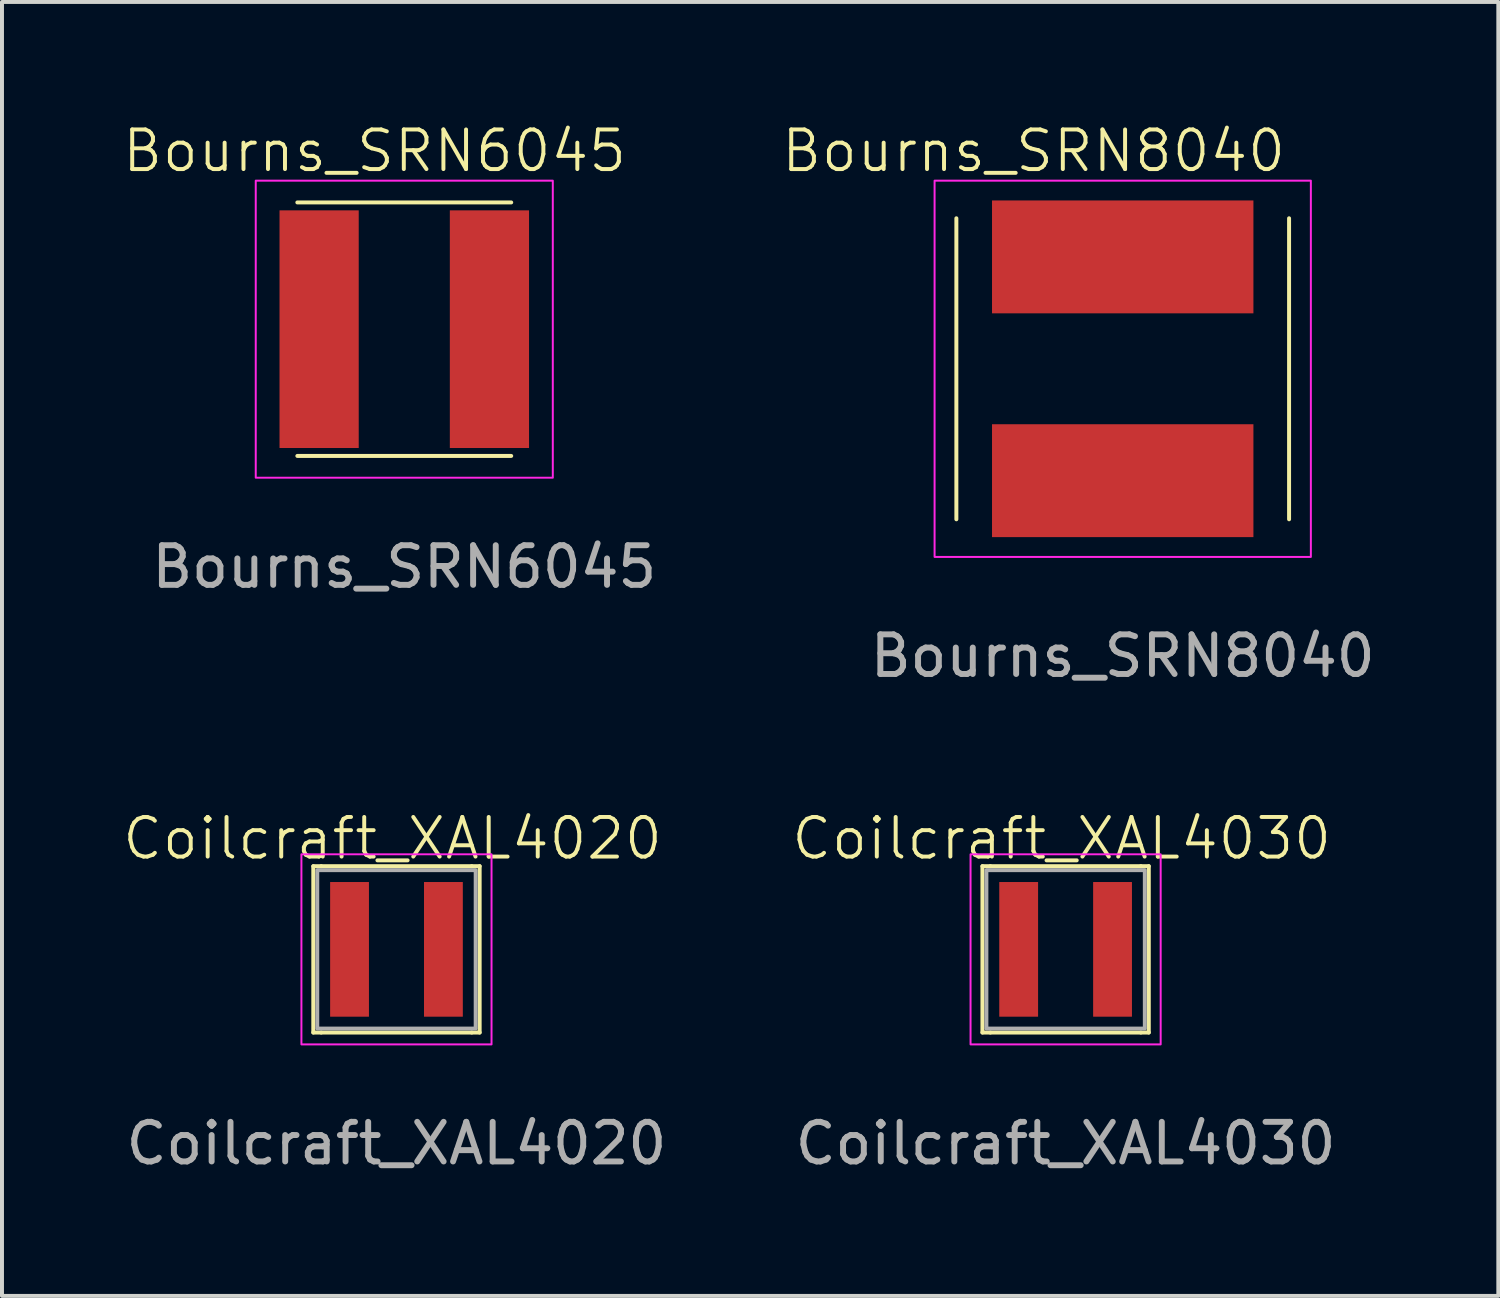
<source format=kicad_pcb>
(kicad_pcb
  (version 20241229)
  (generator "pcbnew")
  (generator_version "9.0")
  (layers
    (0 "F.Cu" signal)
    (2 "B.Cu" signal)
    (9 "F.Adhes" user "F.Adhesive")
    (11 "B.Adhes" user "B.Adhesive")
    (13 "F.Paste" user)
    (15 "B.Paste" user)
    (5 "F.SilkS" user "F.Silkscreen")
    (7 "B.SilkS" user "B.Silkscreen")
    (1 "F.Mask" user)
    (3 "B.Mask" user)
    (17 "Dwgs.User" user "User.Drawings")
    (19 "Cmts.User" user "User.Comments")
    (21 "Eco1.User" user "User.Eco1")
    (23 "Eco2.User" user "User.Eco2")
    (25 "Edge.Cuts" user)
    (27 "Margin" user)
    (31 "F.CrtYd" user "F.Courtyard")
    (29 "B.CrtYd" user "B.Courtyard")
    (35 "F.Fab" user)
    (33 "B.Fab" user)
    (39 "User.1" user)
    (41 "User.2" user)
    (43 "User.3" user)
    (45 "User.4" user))
  (footprint "Coilcraft_XAL4030"
    (layer "F.Cu")
    (at 23.854 20.919)
    (property "Reference" "Coilcraft_XAL4030" (at -0.1 -2.8 0) (unlocked yes) (layer "F.SilkS") (effects (font (size 1 1) (thickness 0.1))))
    (attr smd)
    (private_layers "User.2")
    (fp_line (start -2.1 -2.1) (end -2.1 2.1) (stroke (width 0.1) (type default)) (layer "F.SilkS"))
    (fp_line (start -2.1 2.1) (end -1.9 2.1) (stroke (width 0.1) (type default)) (layer "F.SilkS"))
    (fp_line (start -1.9 -2.1) (end -2.1 -2.1) (stroke (width 0.1) (type default)) (layer "F.SilkS"))
    (fp_line (start -1.9 -2.1) (end 1.9 -2.1) (stroke (width 0.1) (type default)) (layer "F.SilkS"))
    (fp_line (start -1.9 2.1) (end 1.9 2.1) (stroke (width 0.1) (type default)) (layer "F.SilkS"))
    (fp_line (start 1.9 -2.1) (end 2.1 -2.1) (stroke (width 0.1) (type default)) (layer "F.SilkS"))
    (fp_line (start 2.1 -2.1) (end 2.1 2.1) (stroke (width 0.1) (type default)) (layer "F.SilkS"))
    (fp_line (start 2.1 2.1) (end 1.9 2.1) (stroke (width 0.1) (type default)) (layer "F.SilkS"))
    (fp_rect (start -2.4 -2.4) (end 2.4 2.4) (stroke (width 0.05) (type default)) (fill no) (layer "F.CrtYd"))
    (fp_rect (start -2 -2) (end 2 2) (stroke (width 0.1) (type default)) (fill no) (layer "F.Fab"))
    (fp_text user "${REFERENCE}" (at 0 4.9 0) (unlocked yes) (layer "F.Fab") (effects (font (size 1 1) (thickness 0.15))))
    (dimension (type orthogonal) (layer "User.2") (pts (xy 22.179 22.619) (xy 23.159 22.619)) (height 1.8) (orientation 0) (format (prefix "") (suffix "") (units 3) (units_format 0) (precision 4) (suppress_zeroes yes)) (style (thickness 0.05) (arrow_length 0.2) (text_position_mode 0) (arrow_direction outward) (extension_height 0.586) (extension_offset 0.5) (keep_text_aligned yes)) (gr_text "0.98" (at 22.669 24.059 0) (layer "User.2") (effects (font (size 0.3 0.3) (thickness 0.06) (bold yes)))))
    (dimension (type orthogonal) (layer "User.2") (pts (xy 22.669 19.219) (xy 25.039 19.219)) (height -1.55) (orientation 0) (format (prefix "") (suffix "") (units 3) (units_format 0) (precision 4) (suppress_zeroes yes)) (style (thickness 0.05) (arrow_length 0.2) (text_position_mode 0) (arrow_direction outward) (extension_height 0.586) (extension_offset 0.5) (keep_text_aligned yes)) (gr_text "2.37" (at 23.854 17.309 0) (layer "User.2") (effects (font (size 0.3 0.3) (thickness 0.06) (bold yes)))))
    (dimension (type orthogonal) (layer "User.2") (pts (xy 22.179 19.219) (xy 22.179 22.619)) (height -1.575) (orientation 1) (format (prefix "") (suffix "") (units 3) (units_format 0) (precision 4) (suppress_zeroes yes)) (style (thickness 0.05) (arrow_length 0.2) (text_position_mode 0) (arrow_direction outward) (extension_height 0.586) (extension_offset 0.5) (keep_text_aligned yes)) (gr_text "3.4" (at 20.244 20.919 90) (layer "User.2") (effects (font (size 0.3 0.3) (thickness 0.06) (bold yes)))))
    (pad "1" smd rect (at -1.185 0) (size 0.98 3.4) (layers "F.Cu" "F.Mask" "F.Paste"))
    (pad "2" smd rect (at 1.185 0) (size 0.98 3.4) (layers "F.Cu" "F.Mask" "F.Paste")))
  (footprint "Bourns_SRN8040"
    (layer "F.Cu")
    (at 25.296 6.261)
    (property "Reference" "Bourns_SRN8040" (at -2.25 -5.5 0) (unlocked yes) (layer "F.SilkS") (effects (font (size 1 1) (thickness 0.1))))
    (attr smd)
    (private_layers "User.2")
    (fp_line (start -4.2 -3.8) (end -4.2 3.8) (stroke (width 0.1) (type default)) (layer "F.SilkS"))
    (fp_line (start 4.2 -3.8) (end 4.2 3.8) (stroke (width 0.1) (type default)) (layer "F.SilkS"))
    (fp_rect (start -4.75 -4.75) (end 4.75 4.75) (stroke (width 0.05) (type default)) (fill no) (layer "F.CrtYd"))
    (fp_rect (start -4 -4) (end 4 4) (stroke (width 0.1) (type default)) (fill no) (layer "User.1"))
    (fp_text user "${REFERENCE}" (at 0 7.25 0) (unlocked yes) (layer "F.Fab") (effects (font (size 1 1) (thickness 0.15))))
    (dimension (type orthogonal) (layer "User.2") (pts (xy 21.996 2.01) (xy 21.996 10.511)) (height -4.45) (orientation 1) (format (prefix "") (suffix "") (units 3) (units_format 0) (precision 4) (suppress_zeroes yes)) (style (thickness 0.05) (arrow_length 0.2) (text_position_mode 0) (arrow_direction outward) (extension_height 0.586) (extension_offset 0.5) (keep_text_aligned yes)) (gr_text "8.5" (at 17.186 6.261 90) (layer "User.2") (effects (font (size 0.3 0.3) (thickness 0.06) (bold yes)))))
    (dimension (type orthogonal) (layer "User.2") (pts (xy 28.596 4.861) (xy 28.596 7.66)) (height 4.45) (orientation 1) (format (prefix "") (suffix "") (units 3) (units_format 0) (precision 4) (suppress_zeroes yes)) (style (thickness 0.05) (arrow_length 0.2) (text_position_mode 0) (arrow_direction outward) (extension_height 0.586) (extension_offset 0.5) (keep_text_aligned yes)) (gr_text "2.8" (at 32.686 6.261 90) (layer "User.2") (effects (font (size 0.3 0.3) (thickness 0.06) (bold yes)))))
    (dimension (type orthogonal) (layer "User.2") (pts (xy 21.996 10.511) (xy 28.596 10.511)) (height 5) (orientation 0) (format (prefix "") (suffix "") (units 3) (units_format 0) (precision 4) (suppress_zeroes yes)) (style (thickness 0.05) (arrow_length 0.2) (text_position_mode 0) (arrow_direction outward) (extension_height 0.586) (extension_offset 0.5) (keep_text_aligned yes)) (gr_text "6.6" (at 25.296 15.15 0) (layer "User.2") (effects (font (size 0.3 0.3) (thickness 0.06) (bold yes)))))
    (pad "1" smd rect (at 0 -2.825) (size 6.6 2.85) (layers "F.Cu" "F.Mask" "F.Paste"))
    (pad "2" smd rect (at 0 2.825) (size 6.6 2.85) (layers "F.Cu" "F.Mask" "F.Paste")))
  (footprint "Bourns_SRN6045"
    (layer "F.Cu")
    (at 7.157 5.261)
    (property "Reference" "Bourns_SRN6045" (at -0.75 -4.5 0) (unlocked yes) (layer "F.SilkS") (effects (font (size 1 1) (thickness 0.1))))
    (attr smd)
    (private_layers "User.2")
    (fp_line (start -2.7 -3.2) (end 2.7 -3.2) (stroke (width 0.1) (type default)) (layer "F.SilkS"))
    (fp_line (start -2.7 3.2) (end 2.7 3.2) (stroke (width 0.1) (type default)) (layer "F.SilkS"))
    (fp_rect (start -3.75 -3.75) (end 3.75 3.75) (stroke (width 0.05) (type default)) (fill no) (layer "F.CrtYd"))
    (fp_rect (start -3 -3) (end 3 3) (stroke (width 0.1) (type default)) (fill no) (layer "User.1"))
    (fp_text user "${REFERENCE}" (at 0 6 0) (unlocked yes) (layer "F.Fab") (effects (font (size 1 1) (thickness 0.15))))
    (dimension (type orthogonal) (layer "User.2") (pts (xy 4.007 2.26) (xy 4.007 8.261)) (height -2.6) (orientation 1) (format (prefix "") (suffix "") (units 3) (units_format 0) (precision 4) (suppress_zeroes yes)) (style (thickness 0.05) (arrow_length 0.2) (text_position_mode 0) (arrow_direction outward) (extension_height 0.586) (extension_offset 0.5) (keep_text_aligned yes)) (gr_text "6" (at 1.047 5.261 90) (layer "User.2") (effects (font (size 0.3 0.3) (thickness 0.06) (bold yes)))))
    (dimension (type orthogonal) (layer "User.2") (pts (xy 4.007 8.261) (xy 6.007 8.261)) (height 3.75) (orientation 0) (format (prefix "") (suffix "") (units 3) (units_format 0) (precision 4) (suppress_zeroes yes)) (style (thickness 0.05) (arrow_length 0.2) (text_position_mode 0) (arrow_direction outward) (extension_height 0.586) (extension_offset 0.5) (keep_text_aligned yes)) (gr_text "2" (at 5.007 11.65 0) (layer "User.2") (effects (font (size 0.3 0.3) (thickness 0.06) (bold yes)))))
    (dimension (type orthogonal) (layer "User.2") (pts (xy 6.007 2.26) (xy 8.307 2.26)) (height -2.75) (orientation 0) (format (prefix "") (suffix "") (units 3) (units_format 0) (precision 4) (suppress_zeroes yes)) (style (thickness 0.05) (arrow_length 0.2) (text_position_mode 0) (arrow_direction outward) (extension_height 0.586) (extension_offset 0.5) (keep_text_aligned yes)) (gr_text "2.3" (at 7.157 -0.85 0) (layer "User.2") (effects (font (size 0.3 0.3) (thickness 0.06) (bold yes)))))
    (pad "1" smd rect (at -2.15 0) (size 2 6) (layers "F.Cu" "F.Mask" "F.Paste"))
    (pad "2" smd rect (at 2.15 0) (size 2 6) (layers "F.Cu" "F.Mask" "F.Paste")))
  (footprint "Coilcraft_XAL4020"
    (layer "F.Cu")
    (at 6.96 20.919)
    (property "Reference" "Coilcraft_XAL4020" (at -0.1 -2.8 0) (unlocked yes) (layer "F.SilkS") (effects (font (size 1 1) (thickness 0.1))))
    (attr smd)
    (private_layers "User.2")
    (fp_line (start -2.1 -2.1) (end -2.1 2.1) (stroke (width 0.1) (type default)) (layer "F.SilkS"))
    (fp_line (start -2.1 2.1) (end -1.9 2.1) (stroke (width 0.1) (type default)) (layer "F.SilkS"))
    (fp_line (start -1.9 -2.1) (end -2.1 -2.1) (stroke (width 0.1) (type default)) (layer "F.SilkS"))
    (fp_line (start -1.9 -2.1) (end 1.9 -2.1) (stroke (width 0.1) (type default)) (layer "F.SilkS"))
    (fp_line (start -1.9 2.1) (end 1.9 2.1) (stroke (width 0.1) (type default)) (layer "F.SilkS"))
    (fp_line (start 1.9 -2.1) (end 2.1 -2.1) (stroke (width 0.1) (type default)) (layer "F.SilkS"))
    (fp_line (start 2.1 -2.1) (end 2.1 2.1) (stroke (width 0.1) (type default)) (layer "F.SilkS"))
    (fp_line (start 2.1 2.1) (end 1.9 2.1) (stroke (width 0.1) (type default)) (layer "F.SilkS"))
    (fp_rect (start -2.4 -2.4) (end 2.4 2.4) (stroke (width 0.05) (type default)) (fill no) (layer "F.CrtYd"))
    (fp_rect (start -2 -2) (end 2 2) (stroke (width 0.1) (type default)) (fill no) (layer "F.Fab"))
    (fp_text user "${REFERENCE}" (at 0 4.9 0) (unlocked yes) (layer "F.Fab") (effects (font (size 1 1) (thickness 0.15))))
    (dimension (type orthogonal) (layer "User.2") (pts (xy 5.285 22.619) (xy 6.265 22.619)) (height 1.8) (orientation 0) (format (prefix "") (suffix "") (units 3) (units_format 0) (precision 4) (suppress_zeroes yes)) (style (thickness 0.05) (arrow_length 0.2) (text_position_mode 0) (arrow_direction outward) (extension_height 0.586) (extension_offset 0.5) (keep_text_aligned yes)) (gr_text "0.98" (at 5.775 24.059 0) (layer "User.2") (effects (font (size 0.3 0.3) (thickness 0.06) (bold yes)))))
    (dimension (type orthogonal) (layer "User.2") (pts (xy 5.285 19.219) (xy 5.285 22.619)) (height -1.575) (orientation 1) (format (prefix "") (suffix "") (units 3) (units_format 0) (precision 4) (suppress_zeroes yes)) (style (thickness 0.05) (arrow_length 0.2) (text_position_mode 0) (arrow_direction outward) (extension_height 0.586) (extension_offset 0.5) (keep_text_aligned yes)) (gr_text "3.4" (at 3.35 20.919 90) (layer "User.2") (effects (font (size 0.3 0.3) (thickness 0.06) (bold yes)))))
    (dimension (type orthogonal) (layer "User.2") (pts (xy 5.775 19.219) (xy 8.145 19.219)) (height -1.55) (orientation 0) (format (prefix "") (suffix "") (units 3) (units_format 0) (precision 4) (suppress_zeroes yes)) (style (thickness 0.05) (arrow_length 0.2) (text_position_mode 0) (arrow_direction outward) (extension_height 0.586) (extension_offset 0.5) (keep_text_aligned yes)) (gr_text "2.37" (at 6.96 17.309 0) (layer "User.2") (effects (font (size 0.3 0.3) (thickness 0.06) (bold yes)))))
    (pad "1" smd rect (at -1.185 0) (size 0.98 3.4) (layers "F.Cu" "F.Mask" "F.Paste"))
    (pad "2" smd rect (at 1.185 0) (size 0.98 3.4) (layers "F.Cu" "F.Mask" "F.Paste")))
  (gr_rect
    (start -3 -3)
    (end 34.779 29.668)
    (stroke (width 0.1) (type default))
    (fill no)
    (layer "Edge.Cuts")))
</source>
